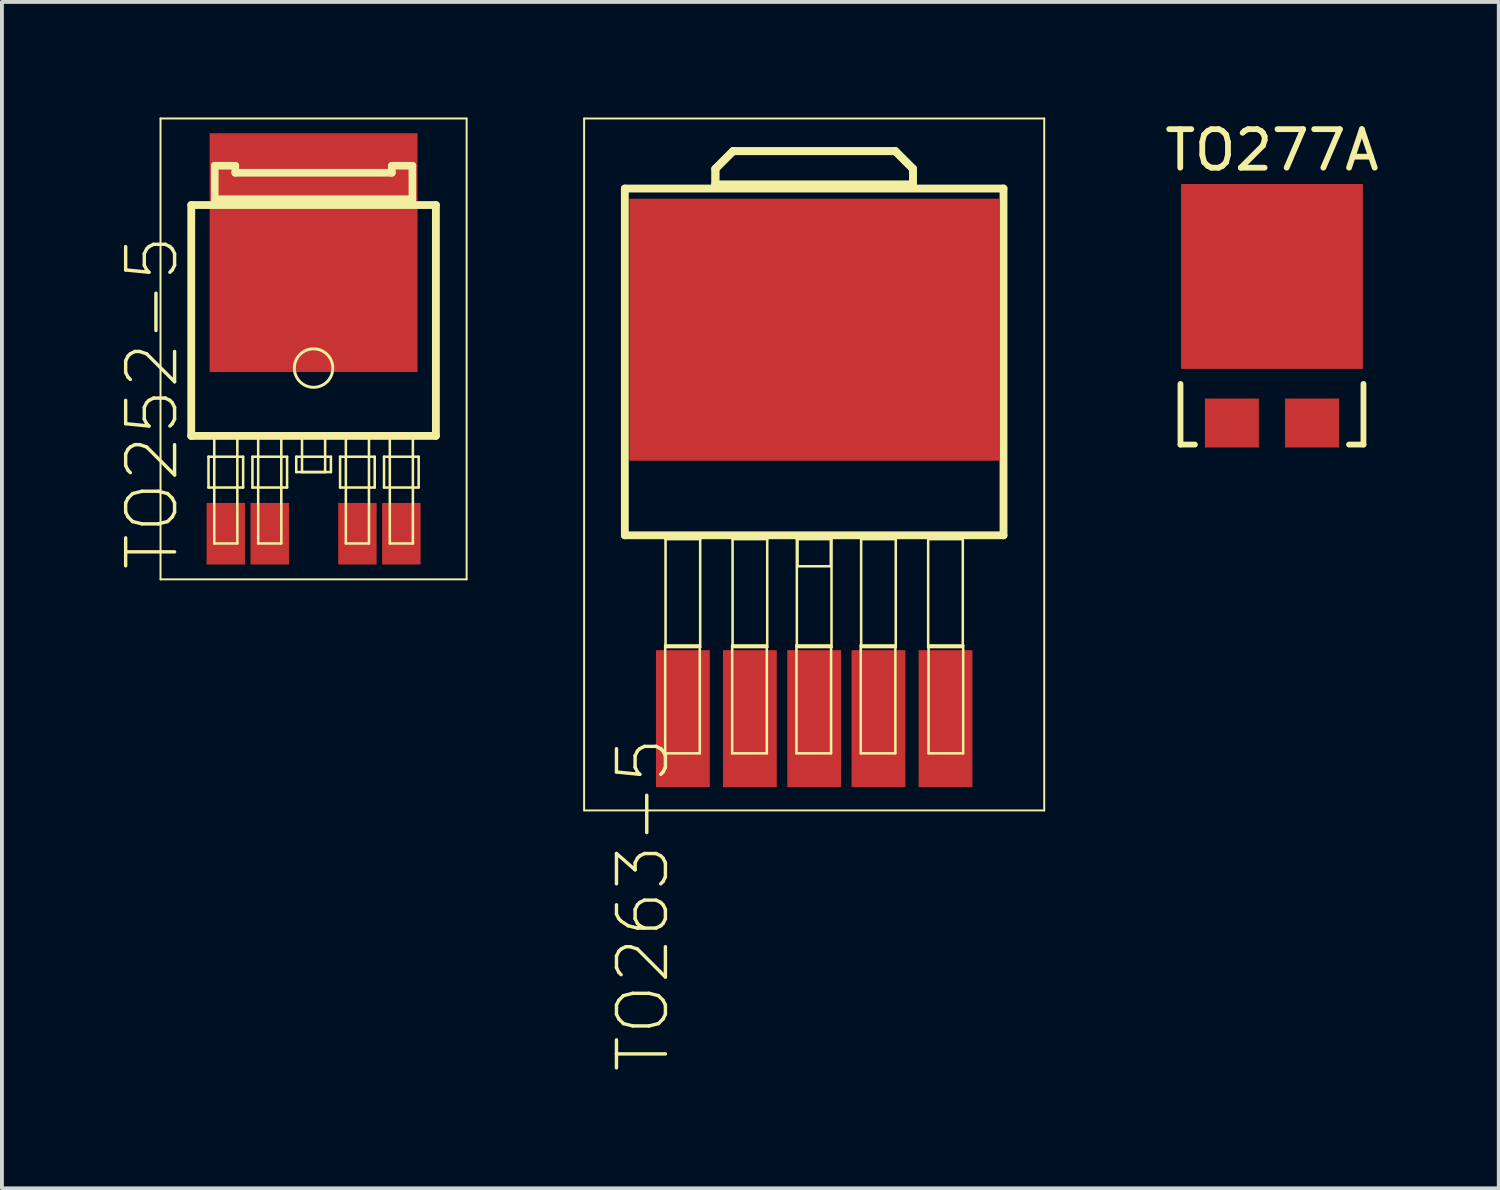
<source format=kicad_pcb>
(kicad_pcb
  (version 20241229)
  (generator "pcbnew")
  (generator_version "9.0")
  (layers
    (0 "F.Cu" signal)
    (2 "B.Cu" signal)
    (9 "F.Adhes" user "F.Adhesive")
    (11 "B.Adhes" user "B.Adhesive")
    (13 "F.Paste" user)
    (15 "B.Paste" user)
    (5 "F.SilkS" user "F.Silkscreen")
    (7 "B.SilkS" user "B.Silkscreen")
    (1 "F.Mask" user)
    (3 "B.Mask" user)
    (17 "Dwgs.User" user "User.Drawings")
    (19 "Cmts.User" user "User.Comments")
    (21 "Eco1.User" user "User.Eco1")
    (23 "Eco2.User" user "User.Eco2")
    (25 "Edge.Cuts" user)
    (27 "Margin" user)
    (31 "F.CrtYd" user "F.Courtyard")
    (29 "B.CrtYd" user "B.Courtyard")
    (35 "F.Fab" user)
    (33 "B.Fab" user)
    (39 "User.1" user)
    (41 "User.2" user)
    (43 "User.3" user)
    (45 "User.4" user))
  (footprint "TO277A"
    (layer "F.Cu")
    (at 29.969 5.166)
    (property "Reference" "TO277A" (at 0 -4.318 0) (layer "F.SilkS") (effects (font (size 1 1) (thickness 0.15))))
    (attr through_hole)
    (fp_line (start -2.375 1.75) (end -2.375 3.325) (stroke (width 0.15) (type solid)) (layer "F.SilkS"))
    (fp_line (start -2.375 3.325) (end -2 3.325) (stroke (width 0.15) (type solid)) (layer "F.SilkS"))
    (fp_line (start 2 3.325) (end 2.375 3.325) (stroke (width 0.15) (type solid)) (layer "F.SilkS"))
    (fp_line (start 2.375 1.75) (end 2.375 3.325) (stroke (width 0.15) (type solid)) (layer "F.SilkS"))
    (pad "1" smd rect (at 1.04 2.765) (size 1.4 1.27) (layers "F.Cu" "F.Mask" "F.Paste"))
    (pad "2" smd rect (at -1.04 2.765) (size 1.4 1.27) (layers "F.Cu" "F.Mask" "F.Paste"))
    (pad "3" smd rect (at 0 -1.04) (size 4.72 4.8) (layers "F.Cu" "F.Mask" "F.Paste")))
  (footprint "TO263-5"
    (layer "F.Cu")
    (at 18.085 15.992)
    (property "Reference" "TO263-5" (at -4.445 4.445 90) (layer "F.SilkS") (effects (font (size 1.27 1.27) (thickness 0.089))))
    (attr smd)
    (fp_line (start -5.972 -15.966) (end 5.972 -15.966) (stroke (width 0.051) (type solid)) (layer "F.SilkS"))
    (fp_line (start -5.972 1.996) (end -5.972 -15.966) (stroke (width 0.051) (type solid)) (layer "F.SilkS"))
    (fp_line (start -4.915 -14.148) (end 4.915 -14.148) (stroke (width 0.203) (type solid)) (layer "F.SilkS"))
    (fp_line (start -4.915 -5.146) (end -4.915 -14.148) (stroke (width 0.203) (type solid)) (layer "F.SilkS"))
    (fp_line (start -3.868 -2.286) (end -2.969 -2.286) (stroke (width 0.066) (type solid)) (layer "F.SilkS"))
    (fp_line (start -3.868 0.513) (end -3.868 -2.286) (stroke (width 0.066) (type solid)) (layer "F.SilkS"))
    (fp_line (start -3.868 0.513) (end -2.969 0.513) (stroke (width 0.066) (type solid)) (layer "F.SilkS"))
    (fp_line (start -3.858 -5.047) (end -2.959 -5.047) (stroke (width 0.066) (type solid)) (layer "F.SilkS"))
    (fp_line (start -3.858 -2.245) (end -3.858 -5.047) (stroke (width 0.066) (type solid)) (layer "F.SilkS"))
    (fp_line (start -3.858 -2.245) (end -2.959 -2.245) (stroke (width 0.066) (type solid)) (layer "F.SilkS"))
    (fp_line (start -2.969 0.513) (end -2.969 -2.286) (stroke (width 0.066) (type solid)) (layer "F.SilkS"))
    (fp_line (start -2.959 -2.245) (end -2.959 -5.047) (stroke (width 0.066) (type solid)) (layer "F.SilkS"))
    (fp_line (start -2.565 -14.661) (end -2.108 -15.118) (stroke (width 0.203) (type solid)) (layer "F.SilkS"))
    (fp_line (start -2.565 -14.249) (end -2.565 -14.661) (stroke (width 0.203) (type solid)) (layer "F.SilkS"))
    (fp_line (start -2.563 -14.661) (end -2.106 -15.118) (stroke (width 0.203) (type solid)) (layer "F.SilkS"))
    (fp_line (start -2.563 -14.252) (end -2.563 -14.661) (stroke (width 0.203) (type solid)) (layer "F.SilkS"))
    (fp_line (start -2.129 -2.286) (end -1.229 -2.286) (stroke (width 0.066) (type solid)) (layer "F.SilkS"))
    (fp_line (start -2.129 0.513) (end -2.129 -2.286) (stroke (width 0.066) (type solid)) (layer "F.SilkS"))
    (fp_line (start -2.129 0.513) (end -1.229 0.513) (stroke (width 0.066) (type solid)) (layer "F.SilkS"))
    (fp_line (start -2.118 -5.047) (end -1.219 -5.047) (stroke (width 0.066) (type solid)) (layer "F.SilkS"))
    (fp_line (start -2.118 -2.245) (end -2.118 -5.047) (stroke (width 0.066) (type solid)) (layer "F.SilkS"))
    (fp_line (start -2.118 -2.245) (end -1.219 -2.245) (stroke (width 0.066) (type solid)) (layer "F.SilkS"))
    (fp_line (start -2.108 -15.118) (end 2.108 -15.118) (stroke (width 0.203) (type solid)) (layer "F.SilkS"))
    (fp_line (start -2.106 -15.118) (end 2.106 -15.118) (stroke (width 0.203) (type solid)) (layer "F.SilkS"))
    (fp_line (start -1.229 0.513) (end -1.229 -2.286) (stroke (width 0.066) (type solid)) (layer "F.SilkS"))
    (fp_line (start -1.219 -2.245) (end -1.219 -5.047) (stroke (width 0.066) (type solid)) (layer "F.SilkS"))
    (fp_line (start -0.46 -2.286) (end 0.439 -2.286) (stroke (width 0.066) (type solid)) (layer "F.SilkS"))
    (fp_line (start -0.46 0.513) (end -0.46 -2.286) (stroke (width 0.066) (type solid)) (layer "F.SilkS"))
    (fp_line (start -0.46 0.513) (end 0.439 0.513) (stroke (width 0.066) (type solid)) (layer "F.SilkS"))
    (fp_line (start -0.45 -5.047) (end 0.45 -5.047) (stroke (width 0.066) (type solid)) (layer "F.SilkS"))
    (fp_line (start -0.45 -2.245) (end -0.45 -5.047) (stroke (width 0.066) (type solid)) (layer "F.SilkS"))
    (fp_line (start -0.45 -2.245) (end 0.45 -2.245) (stroke (width 0.066) (type solid)) (layer "F.SilkS"))
    (fp_line (start -0.432 -5.105) (end 0.432 -5.105) (stroke (width 0.066) (type solid)) (layer "F.SilkS"))
    (fp_line (start -0.432 -4.343) (end -0.432 -5.105) (stroke (width 0.066) (type solid)) (layer "F.SilkS"))
    (fp_line (start -0.432 -4.343) (end 0.432 -4.343) (stroke (width 0.066) (type solid)) (layer "F.SilkS"))
    (fp_line (start 0.432 -4.343) (end 0.432 -5.105) (stroke (width 0.066) (type solid)) (layer "F.SilkS"))
    (fp_line (start 0.439 0.513) (end 0.439 -2.286) (stroke (width 0.066) (type solid)) (layer "F.SilkS"))
    (fp_line (start 0.45 -2.245) (end 0.45 -5.047) (stroke (width 0.066) (type solid)) (layer "F.SilkS"))
    (fp_line (start 1.209 -2.286) (end 2.108 -2.286) (stroke (width 0.066) (type solid)) (layer "F.SilkS"))
    (fp_line (start 1.209 0.513) (end 1.209 -2.286) (stroke (width 0.066) (type solid)) (layer "F.SilkS"))
    (fp_line (start 1.209 0.513) (end 2.108 0.513) (stroke (width 0.066) (type solid)) (layer "F.SilkS"))
    (fp_line (start 1.219 -5.047) (end 2.118 -5.047) (stroke (width 0.066) (type solid)) (layer "F.SilkS"))
    (fp_line (start 1.219 -2.245) (end 1.219 -5.047) (stroke (width 0.066) (type solid)) (layer "F.SilkS"))
    (fp_line (start 1.219 -2.245) (end 2.118 -2.245) (stroke (width 0.066) (type solid)) (layer "F.SilkS"))
    (fp_line (start 2.106 -15.118) (end 2.563 -14.661) (stroke (width 0.203) (type solid)) (layer "F.SilkS"))
    (fp_line (start 2.108 -15.118) (end 2.565 -14.661) (stroke (width 0.203) (type solid)) (layer "F.SilkS"))
    (fp_line (start 2.108 0.513) (end 2.108 -2.286) (stroke (width 0.066) (type solid)) (layer "F.SilkS"))
    (fp_line (start 2.118 -2.245) (end 2.118 -5.047) (stroke (width 0.066) (type solid)) (layer "F.SilkS"))
    (fp_line (start 2.563 -14.661) (end 2.563 -14.252) (stroke (width 0.203) (type solid)) (layer "F.SilkS"))
    (fp_line (start 2.563 -14.252) (end -2.563 -14.252) (stroke (width 0.203) (type solid)) (layer "F.SilkS"))
    (fp_line (start 2.565 -14.661) (end 2.565 -14.249) (stroke (width 0.203) (type solid)) (layer "F.SilkS"))
    (fp_line (start 2.565 -14.249) (end -2.565 -14.249) (stroke (width 0.203) (type solid)) (layer "F.SilkS"))
    (fp_line (start 2.959 -5.047) (end 3.858 -5.047) (stroke (width 0.066) (type solid)) (layer "F.SilkS"))
    (fp_line (start 2.959 -2.245) (end 2.959 -5.047) (stroke (width 0.066) (type solid)) (layer "F.SilkS"))
    (fp_line (start 2.959 -2.245) (end 3.858 -2.245) (stroke (width 0.066) (type solid)) (layer "F.SilkS"))
    (fp_line (start 2.969 -2.286) (end 3.868 -2.286) (stroke (width 0.066) (type solid)) (layer "F.SilkS"))
    (fp_line (start 2.969 0.513) (end 2.969 -2.286) (stroke (width 0.066) (type solid)) (layer "F.SilkS"))
    (fp_line (start 2.969 0.513) (end 3.868 0.513) (stroke (width 0.066) (type solid)) (layer "F.SilkS"))
    (fp_line (start 3.858 -2.245) (end 3.858 -5.047) (stroke (width 0.066) (type solid)) (layer "F.SilkS"))
    (fp_line (start 3.868 0.513) (end 3.868 -2.286) (stroke (width 0.066) (type solid)) (layer "F.SilkS"))
    (fp_line (start 4.915 -14.148) (end 4.915 -5.146) (stroke (width 0.203) (type solid)) (layer "F.SilkS"))
    (fp_line (start 4.915 -5.146) (end -4.915 -5.146) (stroke (width 0.203) (type solid)) (layer "F.SilkS"))
    (fp_line (start 5.972 -15.966) (end 5.972 1.996) (stroke (width 0.051) (type solid)) (layer "F.SilkS"))
    (fp_line (start 5.972 1.996) (end -5.972 1.996) (stroke (width 0.051) (type solid)) (layer "F.SilkS"))
    (pad "1" smd rect (at -3.409 -0.386) (size 1.397 3.556) (layers "F.Cu" "F.Mask" "F.Paste"))
    (pad "2" smd rect (at -1.669 -0.386) (size 1.397 3.556) (layers "F.Cu" "F.Mask" "F.Paste"))
    (pad "3" smd rect (at 0 -0.386) (size 1.397 3.556) (layers "F.Cu" "F.Mask" "F.Paste"))
    (pad "4" smd rect (at 1.669 -0.386) (size 1.397 3.556) (layers "F.Cu" "F.Mask" "F.Paste"))
    (pad "5" smd rect (at 3.409 -0.386) (size 1.397 3.556) (layers "F.Cu" "F.Mask" "F.Paste"))
    (pad "6" smd rect (at 0 -10.483 90) (size 6.8 9.599) (layers "F.Cu" "F.Mask" "F.Paste")))
  (footprint "TO252-5"
    (layer "F.Cu")
    (at 5.09 6.007)
    (property "Reference" "TO252-5" (at -4.191 1.397 90) (layer "F.SilkS") (effects (font (size 1.27 1.27) (thickness 0.089))))
    (attr smd)
    (fp_line (start -3.973 -5.982) (end 3.973 -5.982) (stroke (width 0.051) (type solid)) (layer "F.SilkS"))
    (fp_line (start -3.973 5.982) (end -3.973 -5.982) (stroke (width 0.051) (type solid)) (layer "F.SilkS"))
    (fp_line (start -3.175 -3.734) (end 3.175 -3.734) (stroke (width 0.203) (type solid)) (layer "F.SilkS"))
    (fp_line (start -3.175 2.258) (end -3.175 -3.734) (stroke (width 0.203) (type solid)) (layer "F.SilkS"))
    (fp_line (start -2.728 2.799) (end -1.829 2.799) (stroke (width 0.066) (type solid)) (layer "F.SilkS"))
    (fp_line (start -2.728 3.599) (end -2.728 2.799) (stroke (width 0.066) (type solid)) (layer "F.SilkS"))
    (fp_line (start -2.728 3.599) (end -1.829 3.599) (stroke (width 0.066) (type solid)) (layer "F.SilkS"))
    (fp_line (start -2.578 2.2) (end -1.979 2.2) (stroke (width 0.066) (type solid)) (layer "F.SilkS"))
    (fp_line (start -2.578 5.05) (end -2.578 2.2) (stroke (width 0.066) (type solid)) (layer "F.SilkS"))
    (fp_line (start -2.578 5.05) (end -1.979 5.05) (stroke (width 0.066) (type solid)) (layer "F.SilkS"))
    (fp_line (start -2.565 -4.755) (end -2.032 -4.755) (stroke (width 0.198) (type solid)) (layer "F.SilkS"))
    (fp_line (start -2.565 -3.886) (end -2.565 -4.755) (stroke (width 0.198) (type solid)) (layer "F.SilkS"))
    (fp_line (start -2.032 -4.755) (end -2.032 -4.572) (stroke (width 0.198) (type solid)) (layer "F.SilkS"))
    (fp_line (start -2.032 -4.572) (end 2.032 -4.572) (stroke (width 0.198) (type solid)) (layer "F.SilkS"))
    (fp_line (start -1.979 5.05) (end -1.979 2.2) (stroke (width 0.066) (type solid)) (layer "F.SilkS"))
    (fp_line (start -1.829 3.599) (end -1.829 2.799) (stroke (width 0.066) (type solid)) (layer "F.SilkS"))
    (fp_line (start -1.587 2.799) (end -0.688 2.799) (stroke (width 0.066) (type solid)) (layer "F.SilkS"))
    (fp_line (start -1.587 3.599) (end -1.587 2.799) (stroke (width 0.066) (type solid)) (layer "F.SilkS"))
    (fp_line (start -1.587 3.599) (end -0.688 3.599) (stroke (width 0.066) (type solid)) (layer "F.SilkS"))
    (fp_line (start -1.438 2.2) (end -0.838 2.2) (stroke (width 0.066) (type solid)) (layer "F.SilkS"))
    (fp_line (start -1.438 5.05) (end -1.438 2.2) (stroke (width 0.066) (type solid)) (layer "F.SilkS"))
    (fp_line (start -1.438 5.05) (end -0.838 5.05) (stroke (width 0.066) (type solid)) (layer "F.SilkS"))
    (fp_line (start -0.838 5.05) (end -0.838 2.2) (stroke (width 0.066) (type solid)) (layer "F.SilkS"))
    (fp_line (start -0.688 3.599) (end -0.688 2.799) (stroke (width 0.066) (type solid)) (layer "F.SilkS"))
    (fp_line (start -0.45 2.799) (end 0.45 2.799) (stroke (width 0.066) (type solid)) (layer "F.SilkS"))
    (fp_line (start -0.45 3.198) (end -0.45 2.799) (stroke (width 0.066) (type solid)) (layer "F.SilkS"))
    (fp_line (start -0.45 3.198) (end 0.45 3.198) (stroke (width 0.066) (type solid)) (layer "F.SilkS"))
    (fp_line (start -0.3 2.2) (end 0.3 2.2) (stroke (width 0.066) (type solid)) (layer "F.SilkS"))
    (fp_line (start -0.3 3.198) (end -0.3 2.2) (stroke (width 0.066) (type solid)) (layer "F.SilkS"))
    (fp_line (start -0.3 3.198) (end 0.3 3.198) (stroke (width 0.066) (type solid)) (layer "F.SilkS"))
    (fp_line (start 0.3 3.198) (end 0.3 2.2) (stroke (width 0.066) (type solid)) (layer "F.SilkS"))
    (fp_line (start 0.45 3.198) (end 0.45 2.799) (stroke (width 0.066) (type solid)) (layer "F.SilkS"))
    (fp_line (start 0.688 2.799) (end 1.587 2.799) (stroke (width 0.066) (type solid)) (layer "F.SilkS"))
    (fp_line (start 0.688 3.599) (end 0.688 2.799) (stroke (width 0.066) (type solid)) (layer "F.SilkS"))
    (fp_line (start 0.688 3.599) (end 1.587 3.599) (stroke (width 0.066) (type solid)) (layer "F.SilkS"))
    (fp_line (start 0.838 2.2) (end 1.438 2.2) (stroke (width 0.066) (type solid)) (layer "F.SilkS"))
    (fp_line (start 0.838 5.05) (end 0.838 2.2) (stroke (width 0.066) (type solid)) (layer "F.SilkS"))
    (fp_line (start 0.838 5.05) (end 1.438 5.05) (stroke (width 0.066) (type solid)) (layer "F.SilkS"))
    (fp_line (start 1.438 5.05) (end 1.438 2.2) (stroke (width 0.066) (type solid)) (layer "F.SilkS"))
    (fp_line (start 1.587 3.599) (end 1.587 2.799) (stroke (width 0.066) (type solid)) (layer "F.SilkS"))
    (fp_line (start 1.829 2.799) (end 2.728 2.799) (stroke (width 0.066) (type solid)) (layer "F.SilkS"))
    (fp_line (start 1.829 3.599) (end 1.829 2.799) (stroke (width 0.066) (type solid)) (layer "F.SilkS"))
    (fp_line (start 1.829 3.599) (end 2.728 3.599) (stroke (width 0.066) (type solid)) (layer "F.SilkS"))
    (fp_line (start 1.979 2.2) (end 2.578 2.2) (stroke (width 0.066) (type solid)) (layer "F.SilkS"))
    (fp_line (start 1.979 5.05) (end 1.979 2.2) (stroke (width 0.066) (type solid)) (layer "F.SilkS"))
    (fp_line (start 1.979 5.05) (end 2.578 5.05) (stroke (width 0.066) (type solid)) (layer "F.SilkS"))
    (fp_line (start 2.032 -4.755) (end 2.565 -4.755) (stroke (width 0.198) (type solid)) (layer "F.SilkS"))
    (fp_line (start 2.032 -4.572) (end 2.032 -4.755) (stroke (width 0.198) (type solid)) (layer "F.SilkS"))
    (fp_line (start 2.565 -4.755) (end 2.565 -3.886) (stroke (width 0.198) (type solid)) (layer "F.SilkS"))
    (fp_line (start 2.565 -3.886) (end -2.565 -3.886) (stroke (width 0.198) (type solid)) (layer "F.SilkS"))
    (fp_line (start 2.578 5.05) (end 2.578 2.2) (stroke (width 0.066) (type solid)) (layer "F.SilkS"))
    (fp_line (start 2.728 3.599) (end 2.728 2.799) (stroke (width 0.066) (type solid)) (layer "F.SilkS"))
    (fp_line (start 3.175 -3.734) (end 3.175 2.258) (stroke (width 0.203) (type solid)) (layer "F.SilkS"))
    (fp_line (start 3.175 2.258) (end -3.178 2.258) (stroke (width 0.203) (type solid)) (layer "F.SilkS"))
    (fp_line (start 3.973 -5.982) (end 3.973 5.982) (stroke (width 0.051) (type solid)) (layer "F.SilkS"))
    (fp_line (start 3.973 5.982) (end -3.973 5.982) (stroke (width 0.051) (type solid)) (layer "F.SilkS"))
    (fp_circle (center 0 0.498) (end -0.353 0.851) (stroke (width 0.076) (type solid)) (fill no) (layer "F.SilkS"))
    (pad "1" smd rect (at -2.278 4.798) (size 0.998 1.598) (layers "F.Cu" "F.Mask" "F.Paste"))
    (pad "2" smd rect (at -1.138 4.798) (size 0.998 1.598) (layers "F.Cu" "F.Mask" "F.Paste"))
    (pad "3" smd rect (at 0 -2.499) (size 5.397 6.198) (layers "F.Cu" "F.Mask" "F.Paste"))
    (pad "4" smd rect (at 1.138 4.798) (size 0.998 1.598) (layers "F.Cu" "F.Mask" "F.Paste"))
    (pad "5" smd rect (at 2.278 4.798) (size 0.998 1.598) (layers "F.Cu" "F.Mask" "F.Paste")))
  (gr_rect
    (start -3 -3)
    (end 35.856 27.797)
    (stroke (width 0.1) (type default))
    (fill no)
    (layer "Edge.Cuts")))
</source>
